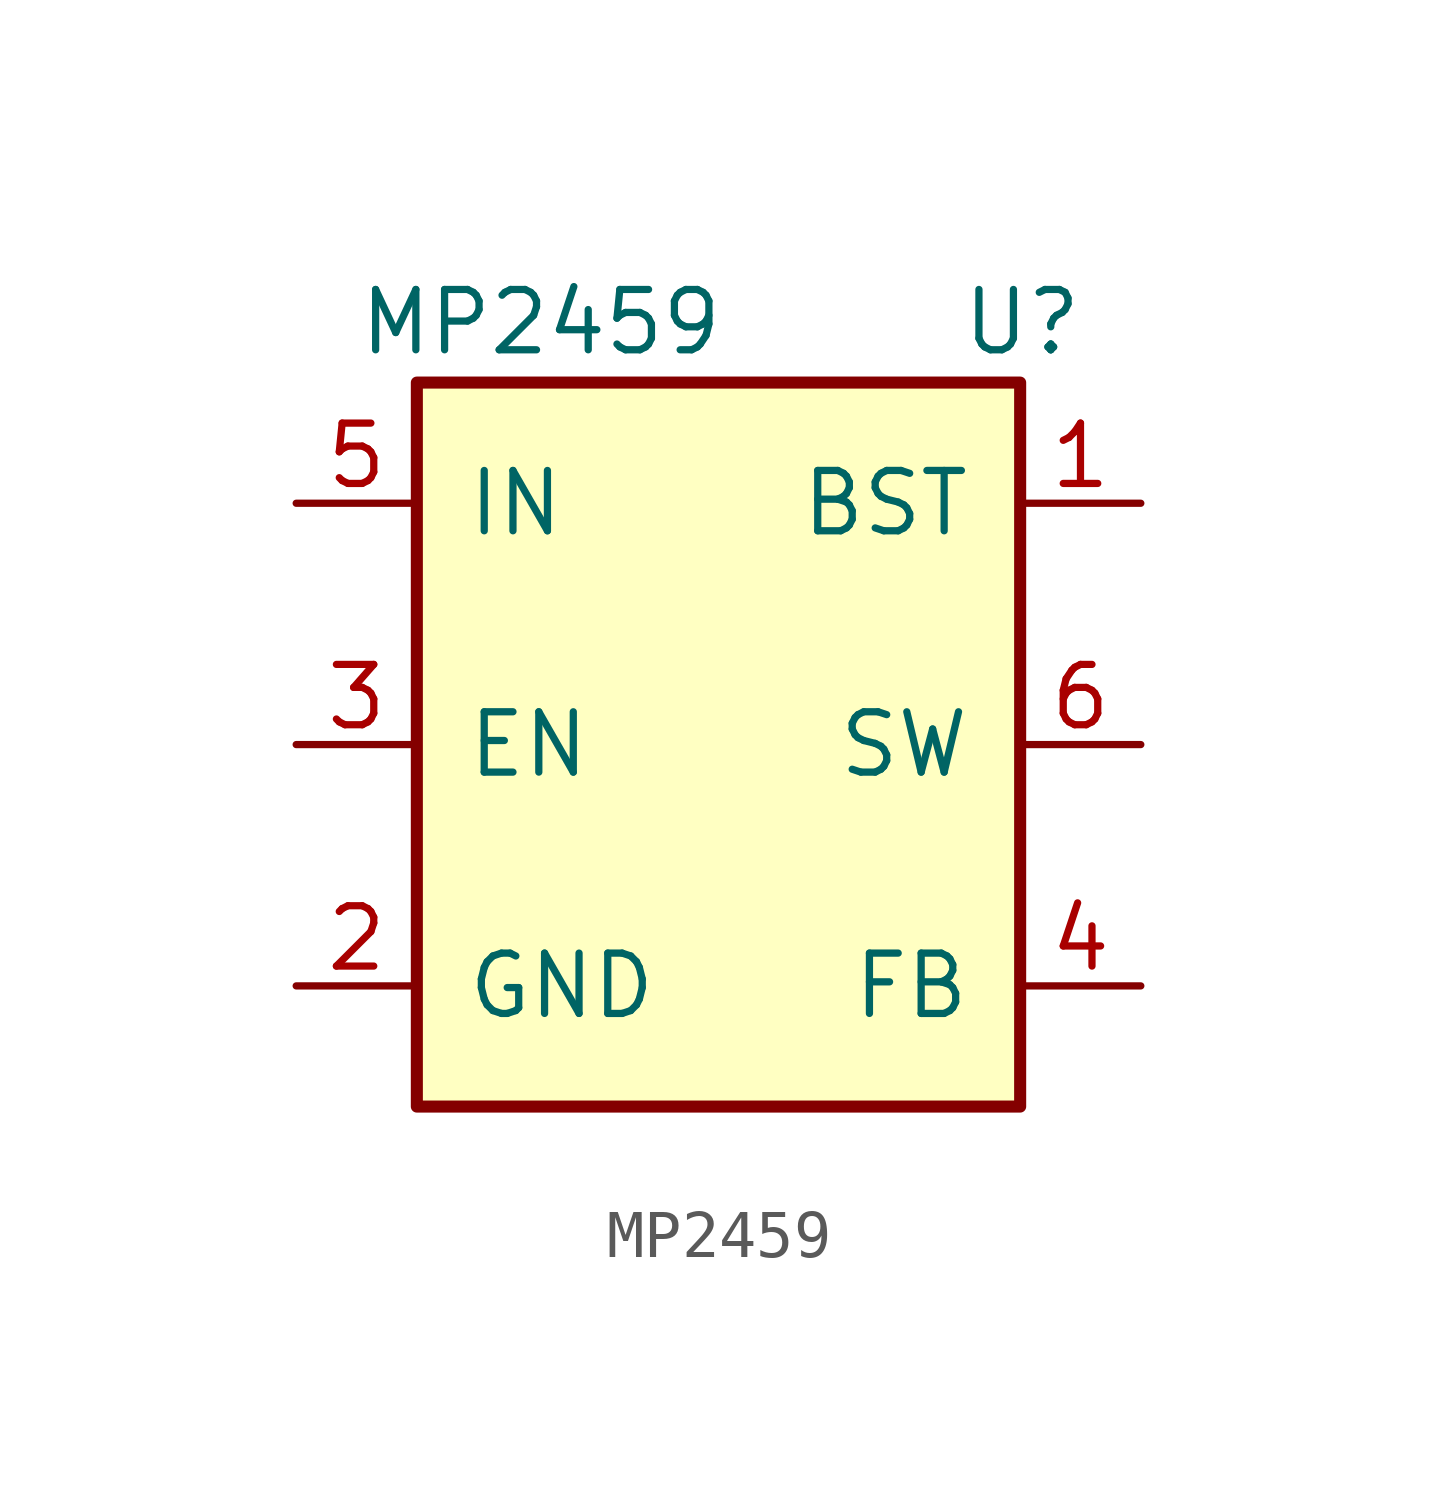
<source format=kicad_sym>
(kicad_symbol_lib
  (version 20211014)
  (generator kicad_symbol_editor)
  (symbol "MP2459"
    (pin_names
      (offset 1.016))
    (property "Reference" "U"
      (at 5.08 8.89 0)
      (effects (font (size 1.27 1.27)) (justify left)))
    (property "Value" "MP2459"
      (at -7.62 8.89 0)
      (effects (font (size 1.27 1.27)) (justify left)))
    (symbol "MP2459_0_1"
      (rectangle (start -6.35 7.62) (end 6.35 -7.62) (stroke (width 0.254) (type default) (color 0 0 0 0)) (fill (type background))))
    (symbol "MP2459_1_1"
      (pin input line (at 8.89 5.08 180) (length 2.54) (name "BST" (effects (font (size 1.27 1.27)))) (number "1" (effects (font (size 1.27 1.27)))))
      (pin power_in line (at -8.89 -5.08 0) (length 2.54) (name "GND" (effects (font (size 1.27 1.27)))) (number "2" (effects (font (size 1.27 1.27)))))
      (pin input line (at -8.89 0 0) (length 2.54) (name "EN" (effects (font (size 1.27 1.27)))) (number "3" (effects (font (size 1.27 1.27)))))
      (pin input line (at 8.89 -5.08 180) (length 2.54) (name "FB" (effects (font (size 1.27 1.27)))) (number "4" (effects (font (size 1.27 1.27)))))
      (pin power_in line (at -8.89 5.08 0) (length 2.54) (name "IN" (effects (font (size 1.27 1.27)))) (number "5" (effects (font (size 1.27 1.27)))))
      (pin output line (at 8.89 0 180) (length 2.54) (name "SW" (effects (font (size 1.27 1.27)))) (number "6" (effects (font (size 1.27 1.27))))))))
</source>
